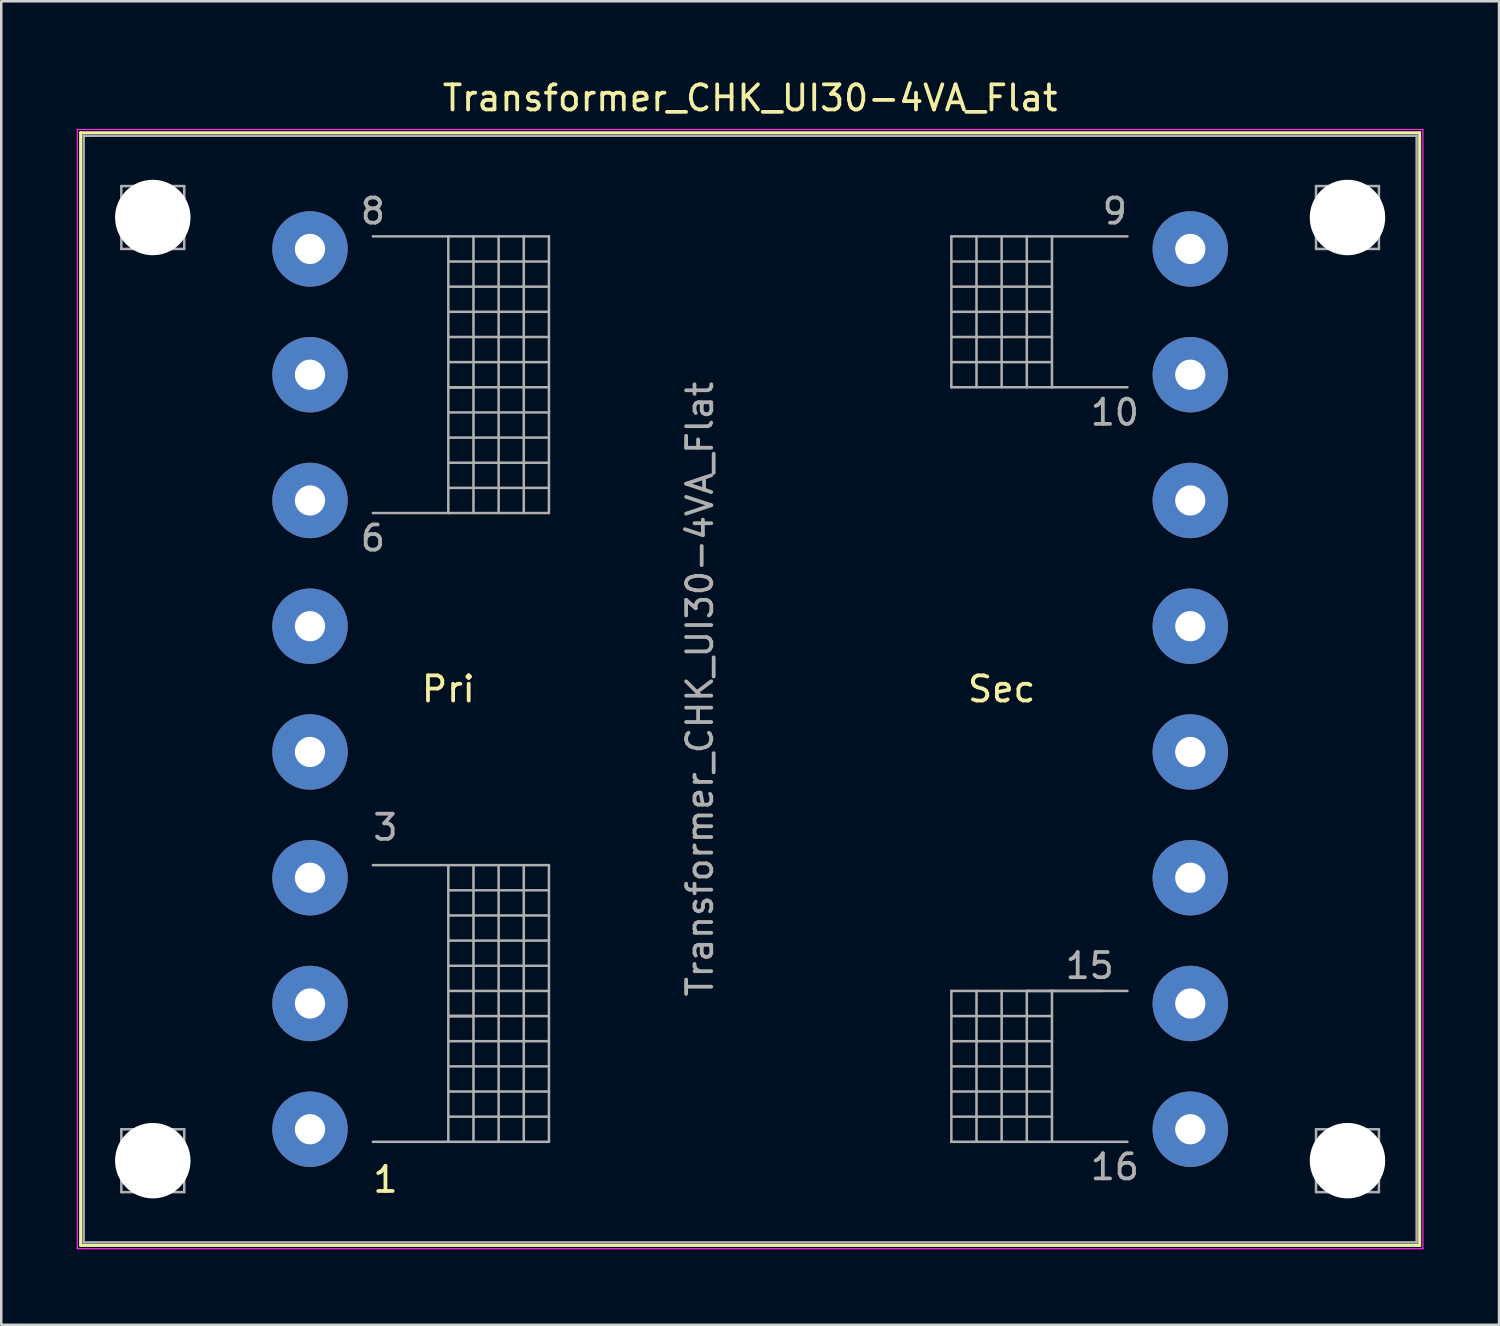
<source format=kicad_pcb>
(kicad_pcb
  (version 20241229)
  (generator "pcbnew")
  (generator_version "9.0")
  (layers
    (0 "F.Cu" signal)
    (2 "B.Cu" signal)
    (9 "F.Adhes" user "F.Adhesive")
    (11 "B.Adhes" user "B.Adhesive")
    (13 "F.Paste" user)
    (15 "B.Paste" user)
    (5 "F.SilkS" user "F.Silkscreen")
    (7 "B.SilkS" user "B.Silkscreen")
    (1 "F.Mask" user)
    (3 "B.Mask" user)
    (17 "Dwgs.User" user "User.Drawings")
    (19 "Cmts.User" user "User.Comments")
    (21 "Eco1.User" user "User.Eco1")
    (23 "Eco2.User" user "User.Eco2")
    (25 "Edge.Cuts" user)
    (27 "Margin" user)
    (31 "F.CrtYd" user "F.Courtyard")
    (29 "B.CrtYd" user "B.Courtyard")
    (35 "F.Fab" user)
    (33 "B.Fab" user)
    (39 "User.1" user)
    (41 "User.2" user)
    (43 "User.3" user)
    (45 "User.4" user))
  (footprint "Transformer_CHK_UI30-4VA_Flat"
    (layer "F.Cu")
    (at 9.275 41.848)
    (property "Reference" "Transformer_CHK_UI30-4VA_Flat" (at 17.5 -41 0) (layer "F.SilkS") (effects (font (size 1 1) (thickness 0.15))))
    (attr through_hole)
    (fp_line (start -9.12 -39.62) (end -9.12 4.62) (stroke (width 0.12) (type solid)) (layer "F.SilkS"))
    (fp_line (start -9.12 -39.62) (end 44.12 -39.62) (stroke (width 0.12) (type solid)) (layer "F.SilkS"))
    (fp_line (start 44.12 4.62) (end -9.12 4.62) (stroke (width 0.12) (type solid)) (layer "F.SilkS"))
    (fp_line (start 44.12 4.62) (end 44.12 -39.62) (stroke (width 0.12) (type solid)) (layer "F.SilkS"))
    (fp_line (start -9.25 -39.75) (end -9.25 4.75) (stroke (width 0.05) (type solid)) (layer "F.CrtYd"))
    (fp_line (start -9.25 -39.75) (end 44.25 -39.75) (stroke (width 0.05) (type solid)) (layer "F.CrtYd"))
    (fp_line (start 44.25 4.75) (end -9.25 4.75) (stroke (width 0.05) (type solid)) (layer "F.CrtYd"))
    (fp_line (start 44.25 4.75) (end 44.25 -39.75) (stroke (width 0.05) (type solid)) (layer "F.CrtYd"))
    (fp_line (start -9 -39.5) (end -9 4.5) (stroke (width 0.1) (type solid)) (layer "F.Fab"))
    (fp_line (start -9 4.5) (end 44 4.5) (stroke (width 0.1) (type solid)) (layer "F.Fab"))
    (fp_line (start -7.5 -37.5) (end -7.5 -35) (stroke (width 0.1) (type solid)) (layer "F.Fab"))
    (fp_line (start -7.5 -35) (end -5 -35) (stroke (width 0.1) (type solid)) (layer "F.Fab"))
    (fp_line (start -7.5 0) (end -7.5 2.5) (stroke (width 0.1) (type solid)) (layer "F.Fab"))
    (fp_line (start -7.5 2.5) (end -5 2.5) (stroke (width 0.1) (type solid)) (layer "F.Fab"))
    (fp_line (start -6.25 -37.5) (end -7.5 -37.5) (stroke (width 0.1) (type solid)) (layer "F.Fab"))
    (fp_line (start -6.25 0) (end -7.5 0) (stroke (width 0.1) (type solid)) (layer "F.Fab"))
    (fp_line (start -5 -37.5) (end -6.25 -37.5) (stroke (width 0.1) (type solid)) (layer "F.Fab"))
    (fp_line (start -5 -35) (end -5 -37.5) (stroke (width 0.1) (type solid)) (layer "F.Fab"))
    (fp_line (start -5 0) (end -6.25 0) (stroke (width 0.1) (type solid)) (layer "F.Fab"))
    (fp_line (start -5 2.5) (end -5 0) (stroke (width 0.1) (type solid)) (layer "F.Fab"))
    (fp_line (start 2.5 -35.5) (end 5.5 -35.5) (stroke (width 0.1) (type solid)) (layer "F.Fab"))
    (fp_line (start 2.5 -10.5) (end 5.5 -10.5) (stroke (width 0.1) (type solid)) (layer "F.Fab"))
    (fp_line (start 5.5 -35.5) (end 5.5 -24.5) (stroke (width 0.1) (type solid)) (layer "F.Fab"))
    (fp_line (start 5.5 -35.5) (end 9.5 -35.5) (stroke (width 0.1) (type solid)) (layer "F.Fab"))
    (fp_line (start 5.5 -34.5) (end 9.5 -34.5) (stroke (width 0.1) (type solid)) (layer "F.Fab"))
    (fp_line (start 5.5 -33.5) (end 9.5 -33.5) (stroke (width 0.1) (type solid)) (layer "F.Fab"))
    (fp_line (start 5.5 -32.5) (end 9.5 -32.5) (stroke (width 0.1) (type solid)) (layer "F.Fab"))
    (fp_line (start 5.5 -31.5) (end 9.5 -31.5) (stroke (width 0.1) (type solid)) (layer "F.Fab"))
    (fp_line (start 5.5 -30.5) (end 9.5 -30.5) (stroke (width 0.1) (type solid)) (layer "F.Fab"))
    (fp_line (start 5.5 -29.5) (end 6.5 -29.5) (stroke (width 0.1) (type solid)) (layer "F.Fab"))
    (fp_line (start 5.5 -28.5) (end 9.5 -28.5) (stroke (width 0.1) (type solid)) (layer "F.Fab"))
    (fp_line (start 5.5 -26.5) (end 8.5 -26.5) (stroke (width 0.1) (type solid)) (layer "F.Fab"))
    (fp_line (start 5.5 -24.5) (end 2.5 -24.5) (stroke (width 0.1) (type solid)) (layer "F.Fab"))
    (fp_line (start 5.5 -10.5) (end 5.5 0.5) (stroke (width 0.1) (type solid)) (layer "F.Fab"))
    (fp_line (start 5.5 -10.5) (end 9.5 -10.5) (stroke (width 0.1) (type solid)) (layer "F.Fab"))
    (fp_line (start 5.5 -9.5) (end 9.5 -9.5) (stroke (width 0.1) (type solid)) (layer "F.Fab"))
    (fp_line (start 5.5 -8.5) (end 9.5 -8.5) (stroke (width 0.1) (type solid)) (layer "F.Fab"))
    (fp_line (start 5.5 -7.5) (end 9.5 -7.5) (stroke (width 0.1) (type solid)) (layer "F.Fab"))
    (fp_line (start 5.5 -6.5) (end 9.5 -6.5) (stroke (width 0.1) (type solid)) (layer "F.Fab"))
    (fp_line (start 5.5 -5.5) (end 9.5 -5.5) (stroke (width 0.1) (type solid)) (layer "F.Fab"))
    (fp_line (start 5.5 -4.5) (end 6.5 -4.5) (stroke (width 0.1) (type solid)) (layer "F.Fab"))
    (fp_line (start 5.5 -3.5) (end 9.5 -3.5) (stroke (width 0.1) (type solid)) (layer "F.Fab"))
    (fp_line (start 5.5 -1.5) (end 8.5 -1.5) (stroke (width 0.1) (type solid)) (layer "F.Fab"))
    (fp_line (start 5.5 0.5) (end 2.5 0.5) (stroke (width 0.1) (type solid)) (layer "F.Fab"))
    (fp_line (start 6.5 -35.5) (end 6.5 -24.5) (stroke (width 0.1) (type solid)) (layer "F.Fab"))
    (fp_line (start 6.5 -29.5) (end 5.5 -29.5) (stroke (width 0.1) (type solid)) (layer "F.Fab"))
    (fp_line (start 6.5 -10.5) (end 6.5 0.5) (stroke (width 0.1) (type solid)) (layer "F.Fab"))
    (fp_line (start 6.5 -4.5) (end 5.5 -4.5) (stroke (width 0.1) (type solid)) (layer "F.Fab"))
    (fp_line (start 7.5 -24.5) (end 7.5 -35.5) (stroke (width 0.1) (type solid)) (layer "F.Fab"))
    (fp_line (start 7.5 0.5) (end 7.5 -10.5) (stroke (width 0.1) (type solid)) (layer "F.Fab"))
    (fp_line (start 8.5 -35.5) (end 8.5 -24.5) (stroke (width 0.1) (type solid)) (layer "F.Fab"))
    (fp_line (start 8.5 -26.5) (end 9.5 -26.5) (stroke (width 0.1) (type solid)) (layer "F.Fab"))
    (fp_line (start 8.5 -10.5) (end 8.5 0.5) (stroke (width 0.1) (type solid)) (layer "F.Fab"))
    (fp_line (start 8.5 -1.5) (end 9.5 -1.5) (stroke (width 0.1) (type solid)) (layer "F.Fab"))
    (fp_line (start 9.5 -35.5) (end 9.5 -24.5) (stroke (width 0.1) (type solid)) (layer "F.Fab"))
    (fp_line (start 9.5 -29.5) (end 5.5 -29.5) (stroke (width 0.1) (type solid)) (layer "F.Fab"))
    (fp_line (start 9.5 -27.5) (end 5.5 -27.5) (stroke (width 0.1) (type solid)) (layer "F.Fab"))
    (fp_line (start 9.5 -25.5) (end 5.5 -25.5) (stroke (width 0.1) (type solid)) (layer "F.Fab"))
    (fp_line (start 9.5 -24.5) (end 5.5 -24.5) (stroke (width 0.1) (type solid)) (layer "F.Fab"))
    (fp_line (start 9.5 -10.5) (end 9.5 0.5) (stroke (width 0.1) (type solid)) (layer "F.Fab"))
    (fp_line (start 9.5 -4.5) (end 5.5 -4.5) (stroke (width 0.1) (type solid)) (layer "F.Fab"))
    (fp_line (start 9.5 -2.5) (end 5.5 -2.5) (stroke (width 0.1) (type solid)) (layer "F.Fab"))
    (fp_line (start 9.5 -0.5) (end 5.5 -0.5) (stroke (width 0.1) (type solid)) (layer "F.Fab"))
    (fp_line (start 9.5 0.5) (end 5.5 0.5) (stroke (width 0.1) (type solid)) (layer "F.Fab"))
    (fp_line (start 25.5 -35.5) (end 25.5 -29.5) (stroke (width 0.1) (type solid)) (layer "F.Fab"))
    (fp_line (start 25.5 -34.5) (end 29.5 -34.5) (stroke (width 0.1) (type solid)) (layer "F.Fab"))
    (fp_line (start 25.5 -32.5) (end 29.5 -32.5) (stroke (width 0.1) (type solid)) (layer "F.Fab"))
    (fp_line (start 25.5 -31.5) (end 29.5 -31.5) (stroke (width 0.1) (type solid)) (layer "F.Fab"))
    (fp_line (start 25.5 -29.5) (end 29.5 -29.5) (stroke (width 0.1) (type solid)) (layer "F.Fab"))
    (fp_line (start 25.5 -5.5) (end 25.5 0.5) (stroke (width 0.1) (type solid)) (layer "F.Fab"))
    (fp_line (start 25.5 -4.5) (end 29.5 -4.5) (stroke (width 0.1) (type solid)) (layer "F.Fab"))
    (fp_line (start 25.5 -2.5) (end 29.5 -2.5) (stroke (width 0.1) (type solid)) (layer "F.Fab"))
    (fp_line (start 25.5 -1.5) (end 29.5 -1.5) (stroke (width 0.1) (type solid)) (layer "F.Fab"))
    (fp_line (start 25.5 0.5) (end 29.5 0.5) (stroke (width 0.1) (type solid)) (layer "F.Fab"))
    (fp_line (start 26.5 -35.5) (end 26.5 -29.5) (stroke (width 0.1) (type solid)) (layer "F.Fab"))
    (fp_line (start 26.5 -5.5) (end 26.5 0.5) (stroke (width 0.1) (type solid)) (layer "F.Fab"))
    (fp_line (start 27.5 -35.5) (end 27.5 -29.5) (stroke (width 0.1) (type solid)) (layer "F.Fab"))
    (fp_line (start 27.5 -5.5) (end 27.5 0.5) (stroke (width 0.1) (type solid)) (layer "F.Fab"))
    (fp_line (start 28.5 -35.5) (end 28.5 -29.5) (stroke (width 0.1) (type solid)) (layer "F.Fab"))
    (fp_line (start 28.5 -5.5) (end 28.5 0.5) (stroke (width 0.1) (type solid)) (layer "F.Fab"))
    (fp_line (start 29.5 -35.5) (end 25.5 -35.5) (stroke (width 0.1) (type solid)) (layer "F.Fab"))
    (fp_line (start 29.5 -35.5) (end 29.5 -29.5) (stroke (width 0.1) (type solid)) (layer "F.Fab"))
    (fp_line (start 29.5 -33.5) (end 25.5 -33.5) (stroke (width 0.1) (type solid)) (layer "F.Fab"))
    (fp_line (start 29.5 -30.5) (end 25.5 -30.5) (stroke (width 0.1) (type solid)) (layer "F.Fab"))
    (fp_line (start 29.5 -29.5) (end 32.5 -29.5) (stroke (width 0.1) (type solid)) (layer "F.Fab"))
    (fp_line (start 29.5 -5.5) (end 25.5 -5.5) (stroke (width 0.1) (type solid)) (layer "F.Fab"))
    (fp_line (start 29.5 -5.5) (end 29.5 0.5) (stroke (width 0.1) (type solid)) (layer "F.Fab"))
    (fp_line (start 29.5 -3.5) (end 25.5 -3.5) (stroke (width 0.1) (type solid)) (layer "F.Fab"))
    (fp_line (start 29.5 -0.5) (end 25.5 -0.5) (stroke (width 0.1) (type solid)) (layer "F.Fab"))
    (fp_line (start 29.5 0.5) (end 32.5 0.5) (stroke (width 0.1) (type solid)) (layer "F.Fab"))
    (fp_line (start 31.5 -5.5) (end 28.5 -5.5) (stroke (width 0.1) (type solid)) (layer "F.Fab"))
    (fp_line (start 32.5 -35.5) (end 29.5 -35.5) (stroke (width 0.1) (type solid)) (layer "F.Fab"))
    (fp_line (start 32.5 -5.5) (end 29.5 -5.5) (stroke (width 0.1) (type solid)) (layer "F.Fab"))
    (fp_line (start 40 -37.5) (end 40 -35) (stroke (width 0.1) (type solid)) (layer "F.Fab"))
    (fp_line (start 40 -35) (end 42.5 -35) (stroke (width 0.1) (type solid)) (layer "F.Fab"))
    (fp_line (start 40 0) (end 40 2.5) (stroke (width 0.1) (type solid)) (layer "F.Fab"))
    (fp_line (start 40 2.5) (end 42.5 2.5) (stroke (width 0.1) (type solid)) (layer "F.Fab"))
    (fp_line (start 41.25 -37.5) (end 40 -37.5) (stroke (width 0.1) (type solid)) (layer "F.Fab"))
    (fp_line (start 41.25 0) (end 40 0) (stroke (width 0.1) (type solid)) (layer "F.Fab"))
    (fp_line (start 42.5 -37.5) (end 41.25 -37.5) (stroke (width 0.1) (type solid)) (layer "F.Fab"))
    (fp_line (start 42.5 -35) (end 42.5 -37.5) (stroke (width 0.1) (type solid)) (layer "F.Fab"))
    (fp_line (start 42.5 0) (end 41.25 0) (stroke (width 0.1) (type solid)) (layer "F.Fab"))
    (fp_line (start 42.5 2.5) (end 42.5 0) (stroke (width 0.1) (type solid)) (layer "F.Fab"))
    (fp_line (start 44 -39.5) (end -9 -39.5) (stroke (width 0.1) (type solid)) (layer "F.Fab"))
    (fp_line (start 44 4.5) (end 44 -39.5) (stroke (width 0.1) (type solid)) (layer "F.Fab"))
    (fp_text user "Pri" (at 5.5 -17.5 0) (layer "F.SilkS") (effects (font (size 1 1) (thickness 0.15))))
    (fp_text user "1" (at 3 2 0) (layer "F.SilkS") (effects (font (size 1 1) (thickness 0.15))))
    (fp_text user "Sec" (at 27.5 -17.5 0) (layer "F.SilkS") (effects (font (size 1 1) (thickness 0.15))))
    (fp_text user "8" (at 2.5 -36.5 0) (layer "F.Fab") (effects (font (size 1 1) (thickness 0.15))))
    (fp_text user "15" (at 31 -6.5 0) (layer "F.Fab") (effects (font (size 1 1) (thickness 0.15))))
    (fp_text user "3" (at 3 -12 0) (layer "F.Fab") (effects (font (size 1 1) (thickness 0.15))))
    (fp_text user "9" (at 32 -36.5 0) (layer "F.Fab") (effects (font (size 1 1) (thickness 0.15))))
    (fp_text user "16" (at 32 1.5 0) (layer "F.Fab") (effects (font (size 1 1) (thickness 0.15))))
    (fp_text user "${REFERENCE}" (at 15.5 -17.5 90) (layer "F.Fab") (effects (font (size 1 1) (thickness 0.15))))
    (fp_text user "6" (at 2.5 -23.5 0) (layer "F.Fab") (effects (font (size 1 1) (thickness 0.15))))
    (fp_text user "10" (at 32 -28.5 0) (layer "F.Fab") (effects (font (size 1 1) (thickness 0.15))))
    (pad "" np_thru_hole circle (at -6.25 -36.25) (size 3 3) (drill 3) (layers "*.Cu" "*.Mask"))
    (pad "" np_thru_hole circle (at -6.25 1.25) (size 3 3) (drill 3) (layers "*.Cu" "*.Mask"))
    (pad "" np_thru_hole circle (at 41.25 -36.25) (size 3 3) (drill 3) (layers "*.Cu" "*.Mask"))
    (pad "" np_thru_hole circle (at 41.25 1.25) (size 3 3) (drill 3) (layers "*.Cu" "*.Mask"))
    (pad "1" thru_hole circle (at 0 0) (size 3 3) (drill 1.2) (layers "*.Cu" "*.Mask"))
    (pad "2" thru_hole circle (at 0 -5) (size 3 3) (drill 1.2) (layers "*.Cu" "*.Mask"))
    (pad "3" thru_hole circle (at 0 -10) (size 3 3) (drill 1.2) (layers "*.Cu" "*.Mask"))
    (pad "4" thru_hole circle (at 0 -15) (size 3 3) (drill 1.2) (layers "*.Cu" "*.Mask"))
    (pad "5" thru_hole circle (at 0 -20) (size 3 3) (drill 1.2) (layers "*.Cu" "*.Mask"))
    (pad "6" thru_hole circle (at 0 -25) (size 3 3) (drill 1.2) (layers "*.Cu" "*.Mask"))
    (pad "7" thru_hole circle (at 0 -30) (size 3 3) (drill 1.2) (layers "*.Cu" "*.Mask"))
    (pad "8" thru_hole circle (at 0 -35) (size 3 3) (drill 1.2) (layers "*.Cu" "*.Mask"))
    (pad "9" thru_hole circle (at 35 -35) (size 3 3) (drill 1.2) (layers "*.Cu" "*.Mask"))
    (pad "10" thru_hole circle (at 35 -30) (size 3 3) (drill 1.2) (layers "*.Cu" "*.Mask"))
    (pad "11" thru_hole circle (at 35 -25) (size 3 3) (drill 1.2) (layers "*.Cu" "*.Mask"))
    (pad "12" thru_hole circle (at 35 -20) (size 3 3) (drill 1.2) (layers "*.Cu" "*.Mask"))
    (pad "13" thru_hole circle (at 35 -15) (size 3 3) (drill 1.2) (layers "*.Cu" "*.Mask"))
    (pad "14" thru_hole circle (at 35 -10) (size 3 3) (drill 1.2) (layers "*.Cu" "*.Mask"))
    (pad "15" thru_hole circle (at 35 -5) (size 3 3) (drill 1.2) (layers "*.Cu" "*.Mask"))
    (pad "16" thru_hole circle (at 35 0) (size 3 3) (drill 1.2) (layers "*.Cu" "*.Mask")))
  (gr_rect
    (start -3 -3)
    (end 56.55 49.623)
    (stroke (width 0.1) (type default))
    (fill no)
    (layer "Edge.Cuts")))
</source>
